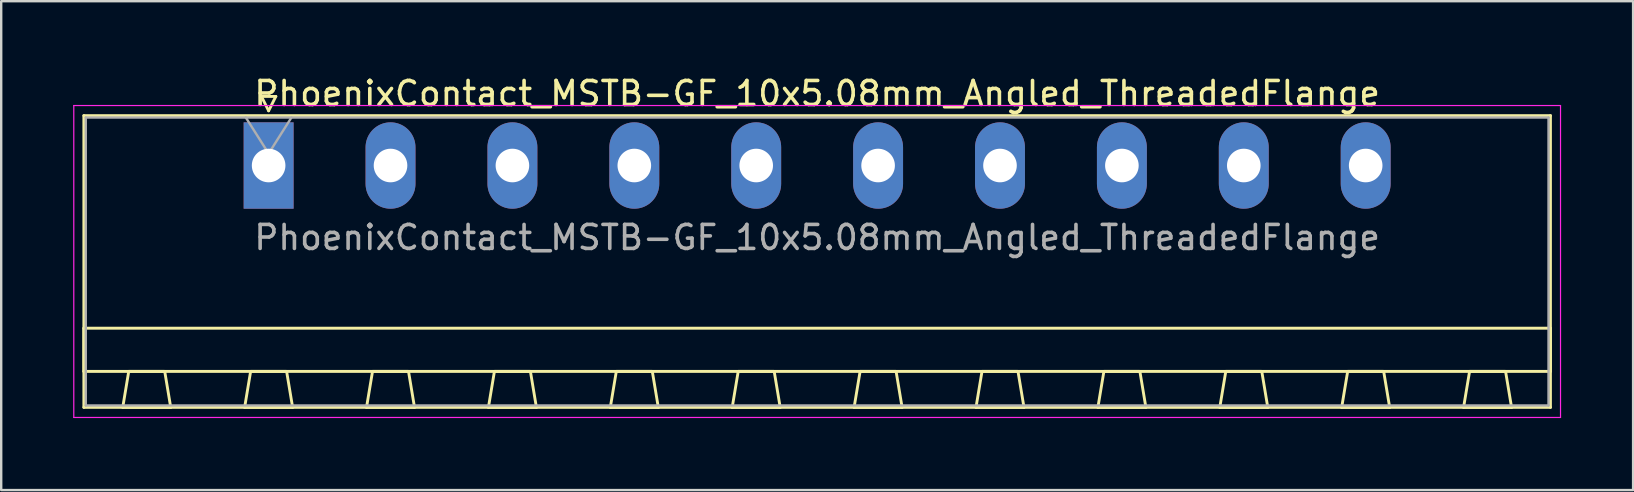
<source format=kicad_pcb>
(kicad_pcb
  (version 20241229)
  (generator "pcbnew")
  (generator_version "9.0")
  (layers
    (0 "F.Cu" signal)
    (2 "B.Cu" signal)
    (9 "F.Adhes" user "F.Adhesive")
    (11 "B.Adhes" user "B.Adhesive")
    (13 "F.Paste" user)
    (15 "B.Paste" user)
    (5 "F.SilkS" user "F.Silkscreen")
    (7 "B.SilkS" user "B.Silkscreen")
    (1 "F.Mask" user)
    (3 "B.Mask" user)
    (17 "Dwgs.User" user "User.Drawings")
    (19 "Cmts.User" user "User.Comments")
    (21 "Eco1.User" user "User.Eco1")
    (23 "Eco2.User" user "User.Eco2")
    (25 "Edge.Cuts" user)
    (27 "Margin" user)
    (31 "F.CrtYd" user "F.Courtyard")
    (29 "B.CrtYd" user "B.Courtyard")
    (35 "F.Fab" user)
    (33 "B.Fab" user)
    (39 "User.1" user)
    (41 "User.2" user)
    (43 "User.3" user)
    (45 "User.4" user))
  (footprint "PhoenixContact_MSTB-GF_10x5.08mm_Angled_ThreadedFlange"
    (layer "F.Cu")
    (at 8.145 3.848)
    (property "Reference" "PhoenixContact_MSTB-GF_10x5.08mm_Angled_ThreadedFlange" (at 22.86 -3 0) (layer "F.SilkS") (effects (font (size 1 1) (thickness 0.15))))
    (attr through_hole)
    (fp_line (start -7.7 -2.08) (end -7.7 10.08) (stroke (width 0.12) (type solid)) (layer "F.SilkS"))
    (fp_line (start -7.7 6.78) (end 53.42 6.78) (stroke (width 0.12) (type solid)) (layer "F.SilkS"))
    (fp_line (start -7.7 8.58) (end -7.7 6.78) (stroke (width 0.12) (type solid)) (layer "F.SilkS"))
    (fp_line (start -7.7 10.08) (end 53.42 10.08) (stroke (width 0.12) (type solid)) (layer "F.SilkS"))
    (fp_line (start -6.08 10.08) (end -4.08 10.08) (stroke (width 0.12) (type solid)) (layer "F.SilkS"))
    (fp_line (start -5.83 8.58) (end -6.08 10.08) (stroke (width 0.12) (type solid)) (layer "F.SilkS"))
    (fp_line (start -4.33 8.58) (end -5.83 8.58) (stroke (width 0.12) (type solid)) (layer "F.SilkS"))
    (fp_line (start -4.08 10.08) (end -4.33 8.58) (stroke (width 0.12) (type solid)) (layer "F.SilkS"))
    (fp_line (start -1 10.08) (end 1 10.08) (stroke (width 0.12) (type solid)) (layer "F.SilkS"))
    (fp_line (start -0.75 8.58) (end -1 10.08) (stroke (width 0.12) (type solid)) (layer "F.SilkS"))
    (fp_line (start -0.3 -2.88) (end 0.3 -2.88) (stroke (width 0.12) (type solid)) (layer "F.SilkS"))
    (fp_line (start 0 -2.28) (end -0.3 -2.88) (stroke (width 0.12) (type solid)) (layer "F.SilkS"))
    (fp_line (start 0.3 -2.88) (end 0 -2.28) (stroke (width 0.12) (type solid)) (layer "F.SilkS"))
    (fp_line (start 0.75 8.58) (end -0.75 8.58) (stroke (width 0.12) (type solid)) (layer "F.SilkS"))
    (fp_line (start 1 10.08) (end 0.75 8.58) (stroke (width 0.12) (type solid)) (layer "F.SilkS"))
    (fp_line (start 4.08 10.08) (end 6.08 10.08) (stroke (width 0.12) (type solid)) (layer "F.SilkS"))
    (fp_line (start 4.33 8.58) (end 4.08 10.08) (stroke (width 0.12) (type solid)) (layer "F.SilkS"))
    (fp_line (start 5.83 8.58) (end 4.33 8.58) (stroke (width 0.12) (type solid)) (layer "F.SilkS"))
    (fp_line (start 6.08 10.08) (end 5.83 8.58) (stroke (width 0.12) (type solid)) (layer "F.SilkS"))
    (fp_line (start 9.16 10.08) (end 11.16 10.08) (stroke (width 0.12) (type solid)) (layer "F.SilkS"))
    (fp_line (start 9.41 8.58) (end 9.16 10.08) (stroke (width 0.12) (type solid)) (layer "F.SilkS"))
    (fp_line (start 10.91 8.58) (end 9.41 8.58) (stroke (width 0.12) (type solid)) (layer "F.SilkS"))
    (fp_line (start 11.16 10.08) (end 10.91 8.58) (stroke (width 0.12) (type solid)) (layer "F.SilkS"))
    (fp_line (start 14.24 10.08) (end 16.24 10.08) (stroke (width 0.12) (type solid)) (layer "F.SilkS"))
    (fp_line (start 14.49 8.58) (end 14.24 10.08) (stroke (width 0.12) (type solid)) (layer "F.SilkS"))
    (fp_line (start 15.99 8.58) (end 14.49 8.58) (stroke (width 0.12) (type solid)) (layer "F.SilkS"))
    (fp_line (start 16.24 10.08) (end 15.99 8.58) (stroke (width 0.12) (type solid)) (layer "F.SilkS"))
    (fp_line (start 19.32 10.08) (end 21.32 10.08) (stroke (width 0.12) (type solid)) (layer "F.SilkS"))
    (fp_line (start 19.57 8.58) (end 19.32 10.08) (stroke (width 0.12) (type solid)) (layer "F.SilkS"))
    (fp_line (start 21.07 8.58) (end 19.57 8.58) (stroke (width 0.12) (type solid)) (layer "F.SilkS"))
    (fp_line (start 21.32 10.08) (end 21.07 8.58) (stroke (width 0.12) (type solid)) (layer "F.SilkS"))
    (fp_line (start 24.4 10.08) (end 26.4 10.08) (stroke (width 0.12) (type solid)) (layer "F.SilkS"))
    (fp_line (start 24.65 8.58) (end 24.4 10.08) (stroke (width 0.12) (type solid)) (layer "F.SilkS"))
    (fp_line (start 26.15 8.58) (end 24.65 8.58) (stroke (width 0.12) (type solid)) (layer "F.SilkS"))
    (fp_line (start 26.4 10.08) (end 26.15 8.58) (stroke (width 0.12) (type solid)) (layer "F.SilkS"))
    (fp_line (start 29.48 10.08) (end 31.48 10.08) (stroke (width 0.12) (type solid)) (layer "F.SilkS"))
    (fp_line (start 29.73 8.58) (end 29.48 10.08) (stroke (width 0.12) (type solid)) (layer "F.SilkS"))
    (fp_line (start 31.23 8.58) (end 29.73 8.58) (stroke (width 0.12) (type solid)) (layer "F.SilkS"))
    (fp_line (start 31.48 10.08) (end 31.23 8.58) (stroke (width 0.12) (type solid)) (layer "F.SilkS"))
    (fp_line (start 34.56 10.08) (end 36.56 10.08) (stroke (width 0.12) (type solid)) (layer "F.SilkS"))
    (fp_line (start 34.81 8.58) (end 34.56 10.08) (stroke (width 0.12) (type solid)) (layer "F.SilkS"))
    (fp_line (start 36.31 8.58) (end 34.81 8.58) (stroke (width 0.12) (type solid)) (layer "F.SilkS"))
    (fp_line (start 36.56 10.08) (end 36.31 8.58) (stroke (width 0.12) (type solid)) (layer "F.SilkS"))
    (fp_line (start 39.64 10.08) (end 41.64 10.08) (stroke (width 0.12) (type solid)) (layer "F.SilkS"))
    (fp_line (start 39.89 8.58) (end 39.64 10.08) (stroke (width 0.12) (type solid)) (layer "F.SilkS"))
    (fp_line (start 41.39 8.58) (end 39.89 8.58) (stroke (width 0.12) (type solid)) (layer "F.SilkS"))
    (fp_line (start 41.64 10.08) (end 41.39 8.58) (stroke (width 0.12) (type solid)) (layer "F.SilkS"))
    (fp_line (start 44.72 10.08) (end 46.72 10.08) (stroke (width 0.12) (type solid)) (layer "F.SilkS"))
    (fp_line (start 44.97 8.58) (end 44.72 10.08) (stroke (width 0.12) (type solid)) (layer "F.SilkS"))
    (fp_line (start 46.47 8.58) (end 44.97 8.58) (stroke (width 0.12) (type solid)) (layer "F.SilkS"))
    (fp_line (start 46.72 10.08) (end 46.47 8.58) (stroke (width 0.12) (type solid)) (layer "F.SilkS"))
    (fp_line (start 49.8 10.08) (end 51.8 10.08) (stroke (width 0.12) (type solid)) (layer "F.SilkS"))
    (fp_line (start 50.05 8.58) (end 49.8 10.08) (stroke (width 0.12) (type solid)) (layer "F.SilkS"))
    (fp_line (start 51.55 8.58) (end 50.05 8.58) (stroke (width 0.12) (type solid)) (layer "F.SilkS"))
    (fp_line (start 51.8 10.08) (end 51.55 8.58) (stroke (width 0.12) (type solid)) (layer "F.SilkS"))
    (fp_line (start 53.42 -2.08) (end -7.7 -2.08) (stroke (width 0.12) (type solid)) (layer "F.SilkS"))
    (fp_line (start 53.42 6.78) (end 53.42 8.58) (stroke (width 0.12) (type solid)) (layer "F.SilkS"))
    (fp_line (start 53.42 8.58) (end -7.7 8.58) (stroke (width 0.12) (type solid)) (layer "F.SilkS"))
    (fp_line (start 53.42 10.08) (end 53.42 -2.08) (stroke (width 0.12) (type solid)) (layer "F.SilkS"))
    (fp_line (start -8.12 -2.5) (end -8.12 10.5) (stroke (width 0.05) (type solid)) (layer "F.CrtYd"))
    (fp_line (start -8.12 10.5) (end 53.84 10.5) (stroke (width 0.05) (type solid)) (layer "F.CrtYd"))
    (fp_line (start 53.84 -2.5) (end -8.12 -2.5) (stroke (width 0.05) (type solid)) (layer "F.CrtYd"))
    (fp_line (start 53.84 10.5) (end 53.84 -2.5) (stroke (width 0.05) (type solid)) (layer "F.CrtYd"))
    (fp_line (start -7.62 -2) (end -7.62 10) (stroke (width 0.1) (type solid)) (layer "F.Fab"))
    (fp_line (start -7.62 10) (end 53.34 10) (stroke (width 0.1) (type solid)) (layer "F.Fab"))
    (fp_line (start 0 -0.5) (end -0.95 -2) (stroke (width 0.1) (type solid)) (layer "F.Fab"))
    (fp_line (start 0.95 -2) (end 0 -0.5) (stroke (width 0.1) (type solid)) (layer "F.Fab"))
    (fp_line (start 53.34 -2) (end -7.62 -2) (stroke (width 0.1) (type solid)) (layer "F.Fab"))
    (fp_line (start 53.34 10) (end 53.34 -2) (stroke (width 0.1) (type solid)) (layer "F.Fab"))
    (fp_text user "${REFERENCE}" (at 22.86 3 0) (layer "F.Fab") (effects (font (size 1 1) (thickness 0.15))))
    (pad "1" thru_hole rect (at 0 0) (size 2.08 3.6) (drill 1.4) (layers "*.Cu" "*.Mask"))
    (pad "2" thru_hole oval (at 5.08 0) (size 2.08 3.6) (drill 1.4) (layers "*.Cu" "*.Mask"))
    (pad "3" thru_hole oval (at 10.16 0) (size 2.08 3.6) (drill 1.4) (layers "*.Cu" "*.Mask"))
    (pad "4" thru_hole oval (at 15.24 0) (size 2.08 3.6) (drill 1.4) (layers "*.Cu" "*.Mask"))
    (pad "5" thru_hole oval (at 20.32 0) (size 2.08 3.6) (drill 1.4) (layers "*.Cu" "*.Mask"))
    (pad "6" thru_hole oval (at 25.4 0) (size 2.08 3.6) (drill 1.4) (layers "*.Cu" "*.Mask"))
    (pad "7" thru_hole oval (at 30.48 0) (size 2.08 3.6) (drill 1.4) (layers "*.Cu" "*.Mask"))
    (pad "8" thru_hole oval (at 35.56 0) (size 2.08 3.6) (drill 1.4) (layers "*.Cu" "*.Mask"))
    (pad "9" thru_hole oval (at 40.64 0) (size 2.08 3.6) (drill 1.4) (layers "*.Cu" "*.Mask"))
    (pad "10" thru_hole oval (at 45.72 0) (size 2.08 3.6) (drill 1.4) (layers "*.Cu" "*.Mask")))
  (gr_rect
    (start -3 -3)
    (end 65.01 17.373)
    (stroke (width 0.1) (type default))
    (fill no)
    (layer "Edge.Cuts")))
</source>
